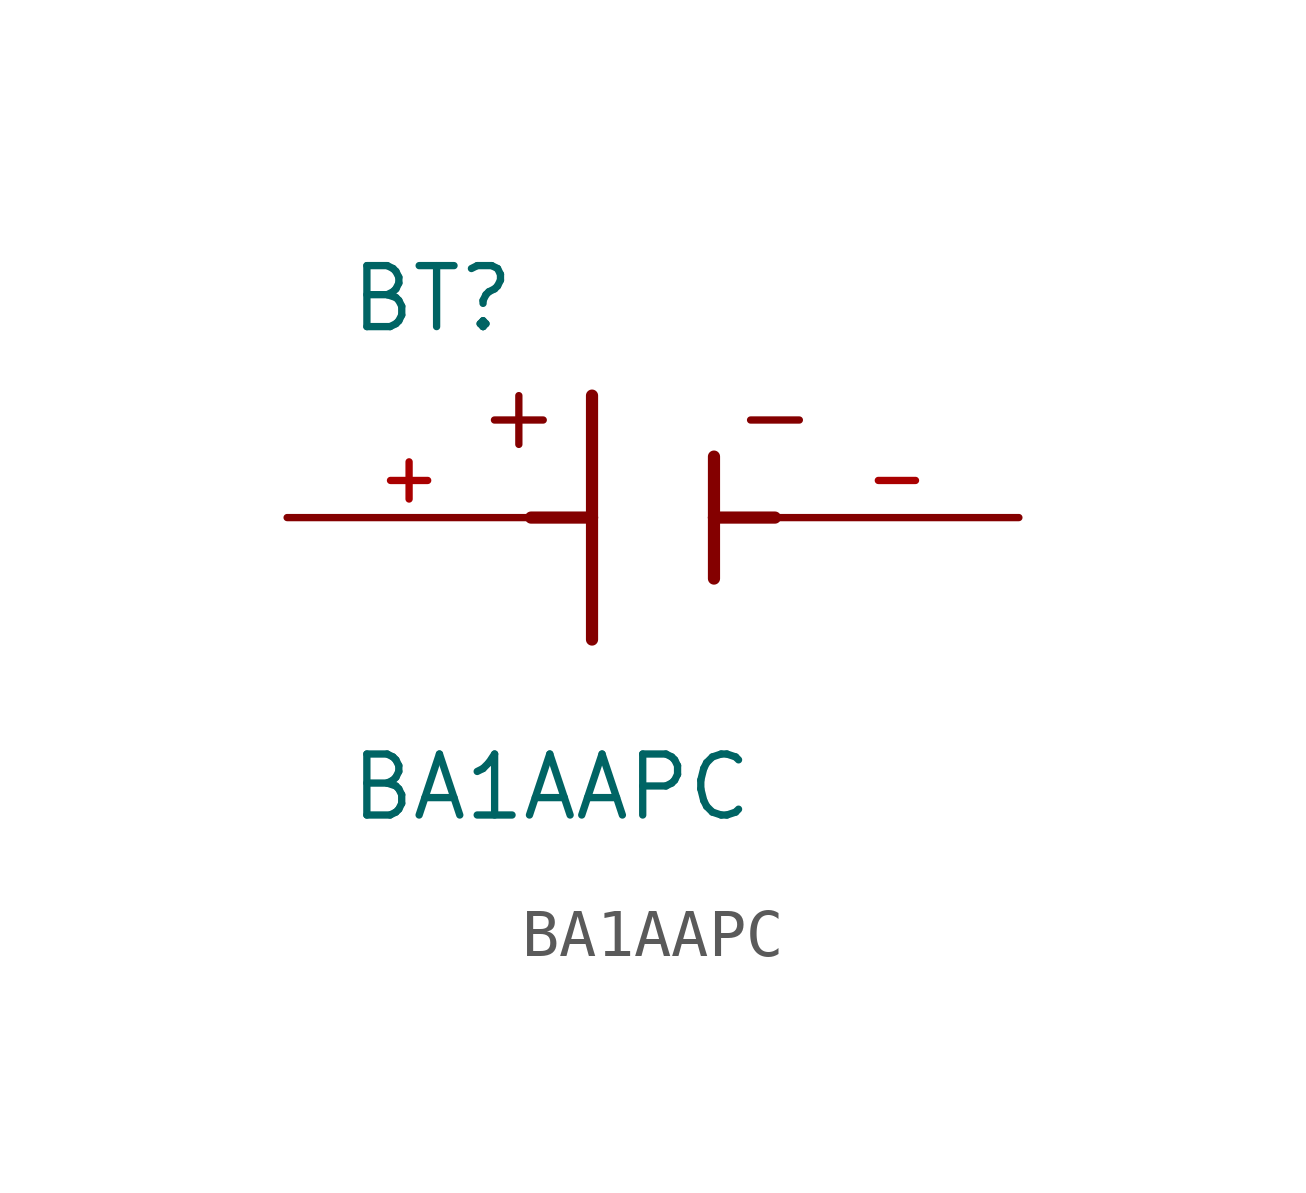
<source format=kicad_sym>
(kicad_symbol_lib
  (version 20211014)
  (generator kicad_symbol_editor)
  (symbol "BA1AAPC"
    (pin_names
      (offset 1.016))
    (property "Reference" "BT"
      (at -6.361 3.814 0)
      (effects (font (size 1.27 1.27)) (justify bottom left)))
    (property "Value" "BA1AAPC"
      (at -6.362 -6.358 0)
      (effects (font (size 1.27 1.27)) (justify bottom left)))
    (symbol "BA1AAPC_0_0"
      (polyline (pts (xy -1.27 2.54) (xy -1.27 0.0)) (stroke (width 0.254)))
      (polyline (pts (xy -1.27 0.0) (xy -1.27 -2.54)) (stroke (width 0.254)))
      (polyline (pts (xy 1.27 1.27) (xy 1.27 0.0)) (stroke (width 0.254)))
      (polyline (pts (xy 1.27 0.0) (xy 1.27 -1.27)) (stroke (width 0.254)))
      (polyline (pts (xy -2.54 0.0) (xy -1.27 0.0)) (stroke (width 0.254)))
      (polyline (pts (xy 1.27 0.0) (xy 2.54 0.0)) (stroke (width 0.254)))
      (polyline (pts (xy -2.794 2.54) (xy -2.794 1.524)) (stroke (width 0.152)))
      (polyline (pts (xy -3.302 2.032) (xy -2.286 2.032)) (stroke (width 0.152)))
      (polyline (pts (xy 2.032 2.032) (xy 3.048 2.032)) (stroke (width 0.152)))
      (pin passive line (at -7.62 0.0 0) (length 5.08) (name "~" (effects (font (size 1.016 1.016)))) (number "+" (effects (font (size 1.016 1.016)))))
      (pin passive line (at 7.62 0.0 180.0) (length 5.08) (name "~" (effects (font (size 1.016 1.016)))) (number "-" (effects (font (size 1.016 1.016))))))))
</source>
